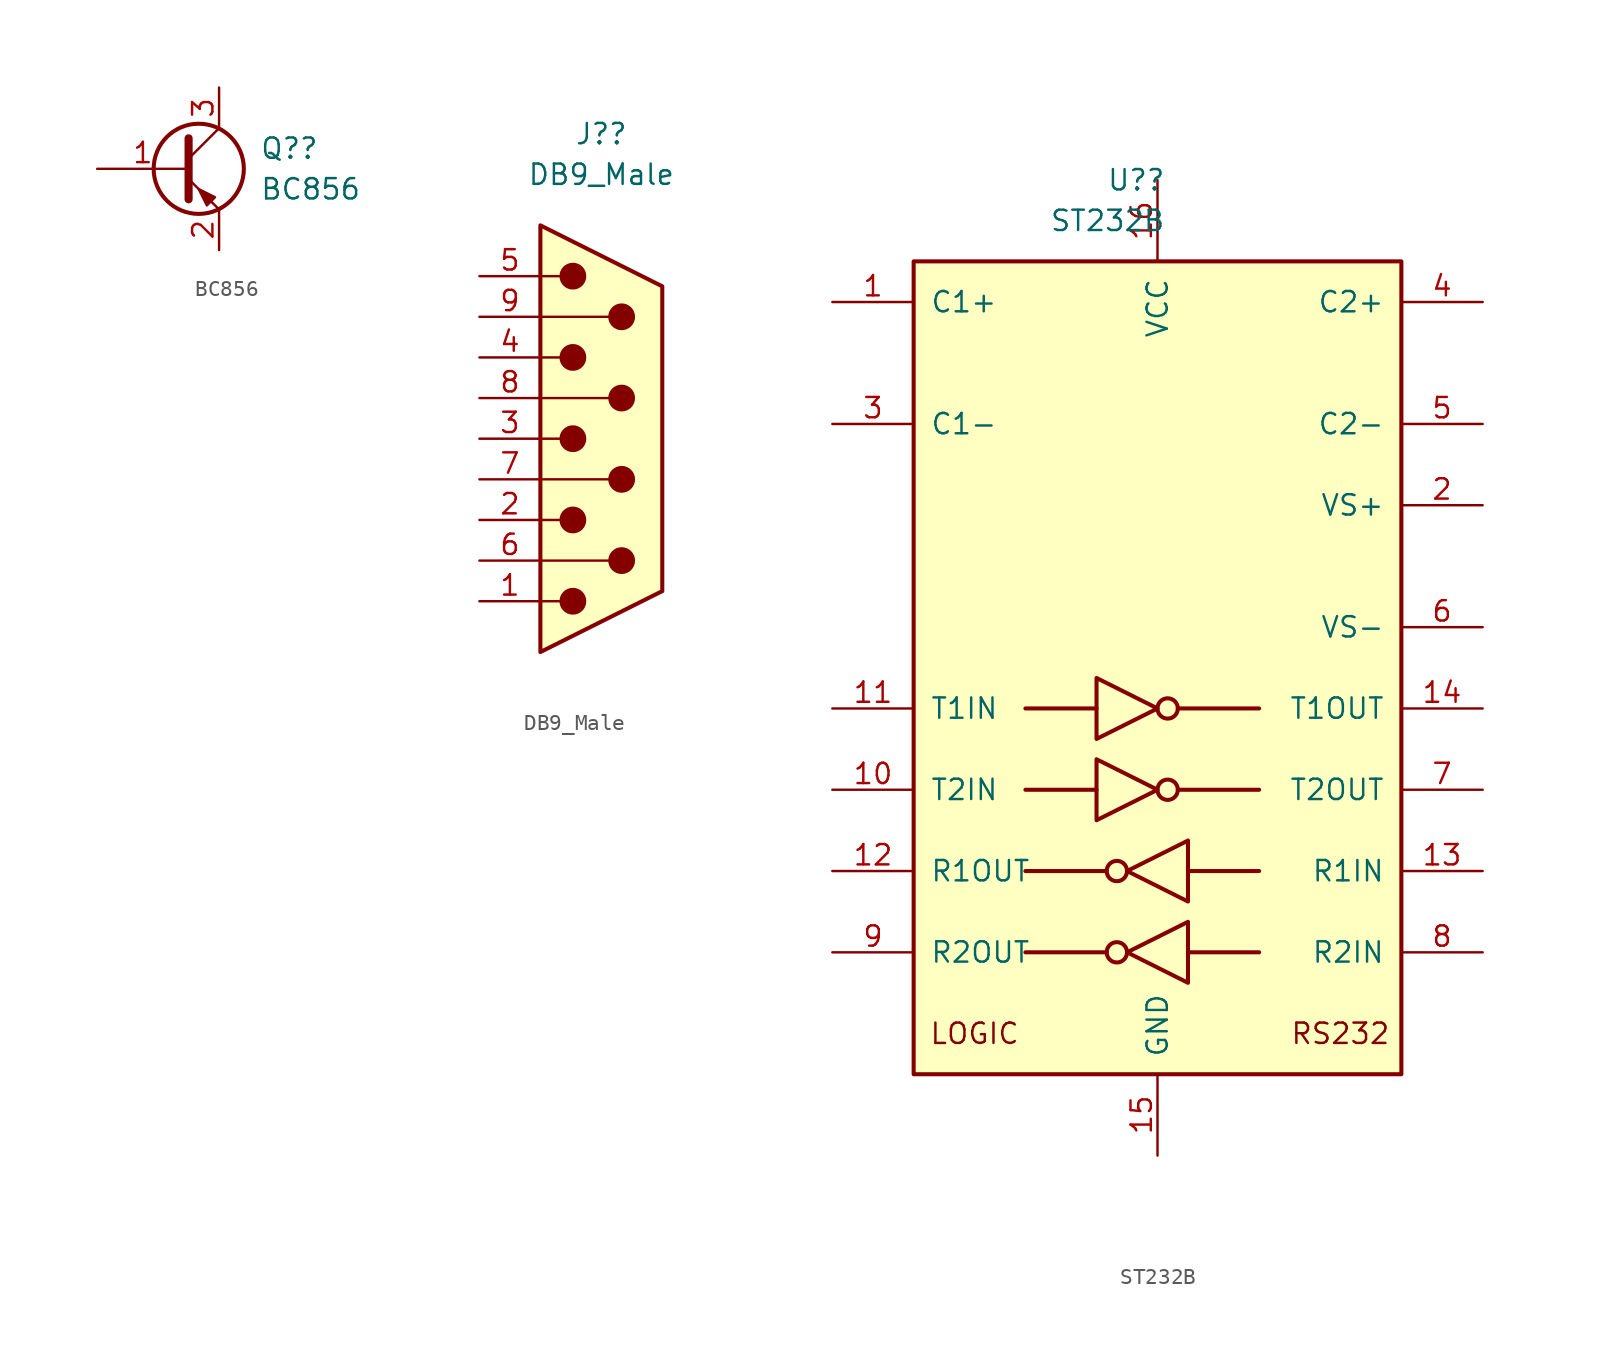
<source format=kicad_sym>
(kicad_symbol_lib
  (version 20211014)
  (generator kicad_symbol_editor)
  (symbol "BC856"
    (pin_names
      (offset 0) hide)
    (property "Reference" "Q?"
      (at 5.08 1.27 0)
      (effects (font (size 1.27 1.27)) (justify left)))
    (property "Value" "BC856"
      (at 5.08 -1.27 0)
      (effects (font (size 1.27 1.27)) (justify left)))
    (symbol "BC856_0_1"
      (polyline (pts (xy 0.635 0.635) (xy 2.54 2.54)) (stroke (width 0) (type default) (color 0 0 0 0)) (fill (type none)))
      (polyline (pts (xy 0.635 -0.635) (xy 2.54 -2.54) (xy 2.54 -2.54)) (stroke (width 0) (type default) (color 0 0 0 0)) (fill (type none)))
      (polyline (pts (xy 0.635 1.905) (xy 0.635 -1.905) (xy 0.635 -1.905)) (stroke (width 0.508) (type default) (color 0 0 0 0)) (fill (type none)))
      (polyline (pts (xy 2.286 -1.778) (xy 1.778 -2.286) (xy 1.27 -1.27) (xy 2.286 -1.778) (xy 2.286 -1.778)) (stroke (width 0) (type default) (color 0 0 0 0)) (fill (type outline)))
      (circle (center 1.27 0) (radius 2.819) (stroke (width 0.254) (type default) (color 0 0 0 0)) (fill (type none))))
    (symbol "BC856_1_1"
      (pin input line (at -5.08 0 0) (length 5.715) (name "B" (effects (font (size 1.27 1.27)))) (number "1" (effects (font (size 1.27 1.27)))))
      (pin passive line (at 2.54 -5.08 90) (length 2.54) (name "E" (effects (font (size 1.27 1.27)))) (number "2" (effects (font (size 1.27 1.27)))))
      (pin passive line (at 2.54 5.08 270) (length 2.54) (name "C" (effects (font (size 1.27 1.27)))) (number "3" (effects (font (size 1.27 1.27)))))))
  (symbol "DB9_Male"
    (pin_names
      (offset 1.016) hide)
    (property "Reference" "J?"
      (at 0 19.05 0)
      (effects (font (size 1.27 1.27))))
    (property "Value" "DB9_Male"
      (at 0 16.51 0)
      (effects (font (size 1.27 1.27))))
    (symbol "DB9_Male_0_1"
      (circle (center -1.778 -10.16) (radius 0.762) (stroke (width 0) (type default) (color 0 0 0 0)) (fill (type outline)))
      (circle (center -1.778 -5.08) (radius 0.762) (stroke (width 0) (type default) (color 0 0 0 0)) (fill (type outline)))
      (circle (center -1.778 0) (radius 0.762) (stroke (width 0) (type default) (color 0 0 0 0)) (fill (type outline)))
      (circle (center -1.778 5.08) (radius 0.762) (stroke (width 0) (type default) (color 0 0 0 0)) (fill (type outline)))
      (circle (center -1.778 10.16) (radius 0.762) (stroke (width 0) (type default) (color 0 0 0 0)) (fill (type outline)))
      (polyline (pts (xy -3.81 -10.16) (xy -2.54 -10.16)) (stroke (width 0) (type default) (color 0 0 0 0)) (fill (type none)))
      (polyline (pts (xy -3.81 -7.62) (xy 0.508 -7.62)) (stroke (width 0) (type default) (color 0 0 0 0)) (fill (type none)))
      (polyline (pts (xy -3.81 -5.08) (xy -2.54 -5.08)) (stroke (width 0) (type default) (color 0 0 0 0)) (fill (type none)))
      (polyline (pts (xy -3.81 -2.54) (xy 0.508 -2.54)) (stroke (width 0) (type default) (color 0 0 0 0)) (fill (type none)))
      (polyline (pts (xy -3.81 0) (xy -2.54 0)) (stroke (width 0) (type default) (color 0 0 0 0)) (fill (type none)))
      (polyline (pts (xy -3.81 2.54) (xy 0.508 2.54)) (stroke (width 0) (type default) (color 0 0 0 0)) (fill (type none)))
      (polyline (pts (xy -3.81 5.08) (xy -2.54 5.08)) (stroke (width 0) (type default) (color 0 0 0 0)) (fill (type none)))
      (polyline (pts (xy -3.81 7.62) (xy 0.508 7.62)) (stroke (width 0) (type default) (color 0 0 0 0)) (fill (type none)))
      (polyline (pts (xy -3.81 10.16) (xy -2.54 10.16)) (stroke (width 0) (type default) (color 0 0 0 0)) (fill (type none)))
      (polyline (pts (xy -3.81 -13.335) (xy -3.81 13.335) (xy 3.81 9.525) (xy 3.81 -9.525) (xy -3.81 -13.335)) (stroke (width 0.254) (type default) (color 0 0 0 0)) (fill (type background)))
      (circle (center 1.27 -7.62) (radius 0.762) (stroke (width 0) (type default) (color 0 0 0 0)) (fill (type outline)))
      (circle (center 1.27 -2.54) (radius 0.762) (stroke (width 0) (type default) (color 0 0 0 0)) (fill (type outline)))
      (circle (center 1.27 2.54) (radius 0.762) (stroke (width 0) (type default) (color 0 0 0 0)) (fill (type outline)))
      (circle (center 1.27 7.62) (radius 0.762) (stroke (width 0) (type default) (color 0 0 0 0)) (fill (type outline))))
    (symbol "DB9_Male_1_1"
      (pin passive line (at -7.62 -10.16 0) (length 3.81) (name "1" (effects (font (size 1.27 1.27)))) (number "1" (effects (font (size 1.27 1.27)))))
      (pin passive line (at -7.62 -5.08 0) (length 3.81) (name "2" (effects (font (size 1.27 1.27)))) (number "2" (effects (font (size 1.27 1.27)))))
      (pin passive line (at -7.62 0 0) (length 3.81) (name "3" (effects (font (size 1.27 1.27)))) (number "3" (effects (font (size 1.27 1.27)))))
      (pin passive line (at -7.62 5.08 0) (length 3.81) (name "4" (effects (font (size 1.27 1.27)))) (number "4" (effects (font (size 1.27 1.27)))))
      (pin passive line (at -7.62 10.16 0) (length 3.81) (name "5" (effects (font (size 1.27 1.27)))) (number "5" (effects (font (size 1.27 1.27)))))
      (pin passive line (at -7.62 -7.62 0) (length 3.81) (name "6" (effects (font (size 1.27 1.27)))) (number "6" (effects (font (size 1.27 1.27)))))
      (pin passive line (at -7.62 -2.54 0) (length 3.81) (name "7" (effects (font (size 1.27 1.27)))) (number "7" (effects (font (size 1.27 1.27)))))
      (pin passive line (at -7.62 2.54 0) (length 3.81) (name "8" (effects (font (size 1.27 1.27)))) (number "8" (effects (font (size 1.27 1.27)))))
      (pin passive line (at -7.62 7.62 0) (length 3.81) (name "9" (effects (font (size 1.27 1.27)))) (number "9" (effects (font (size 1.27 1.27)))))))
  (symbol "ST232B"
    (pin_names
      (offset 1.016))
    (property "Reference" "U?"
      (at 0.521 30.48 0)
      (effects (font (size 1.27 1.27)) (justify right)))
    (property "Value" "ST232B"
      (at 0.521 27.94 0)
      (effects (font (size 1.27 1.27)) (justify right)))
    (symbol "ST232B_0_0"
      (text "LOGIC" (at -11.43 -22.86 0) (effects (font (size 1.27 1.27))))
      (text "RS232" (at 11.43 -22.86 0) (effects (font (size 1.27 1.27)))))
    (symbol "ST232B_0_1"
      (rectangle (start -15.24 -25.4) (end 15.24 25.4) (stroke (width 0.254) (type default) (color 0 0 0 0)) (fill (type background)))
      (circle (center -2.54 -17.78) (radius 0.635) (stroke (width 0.254) (type default) (color 0 0 0 0)) (fill (type none)))
      (circle (center -2.54 -12.7) (radius 0.635) (stroke (width 0.254) (type default) (color 0 0 0 0)) (fill (type none)))
      (polyline (pts (xy -3.81 -7.62) (xy -8.255 -7.62)) (stroke (width 0.254) (type default) (color 0 0 0 0)) (fill (type none)))
      (polyline (pts (xy -3.81 -2.54) (xy -8.255 -2.54)) (stroke (width 0.254) (type default) (color 0 0 0 0)) (fill (type none)))
      (polyline (pts (xy -3.175 -17.78) (xy -8.255 -17.78)) (stroke (width 0.254) (type default) (color 0 0 0 0)) (fill (type none)))
      (polyline (pts (xy -3.175 -12.7) (xy -8.255 -12.7)) (stroke (width 0.254) (type default) (color 0 0 0 0)) (fill (type none)))
      (polyline (pts (xy 1.27 -7.62) (xy 6.35 -7.62)) (stroke (width 0.254) (type default) (color 0 0 0 0)) (fill (type none)))
      (polyline (pts (xy 1.27 -2.54) (xy 6.35 -2.54)) (stroke (width 0.254) (type default) (color 0 0 0 0)) (fill (type none)))
      (polyline (pts (xy 1.905 -17.78) (xy 6.35 -17.78)) (stroke (width 0.254) (type default) (color 0 0 0 0)) (fill (type none)))
      (polyline (pts (xy 1.905 -12.7) (xy 6.35 -12.7)) (stroke (width 0.254) (type default) (color 0 0 0 0)) (fill (type none)))
      (polyline (pts (xy -3.81 -5.715) (xy -3.81 -9.525) (xy 0 -7.62) (xy -3.81 -5.715)) (stroke (width 0.254) (type default) (color 0 0 0 0)) (fill (type none)))
      (polyline (pts (xy -3.81 -0.635) (xy -3.81 -4.445) (xy 0 -2.54) (xy -3.81 -0.635)) (stroke (width 0.254) (type default) (color 0 0 0 0)) (fill (type none)))
      (polyline (pts (xy 1.905 -15.875) (xy 1.905 -19.685) (xy -1.905 -17.78) (xy 1.905 -15.875)) (stroke (width 0.254) (type default) (color 0 0 0 0)) (fill (type none)))
      (polyline (pts (xy 1.905 -10.795) (xy 1.905 -14.605) (xy -1.905 -12.7) (xy 1.905 -10.795)) (stroke (width 0.254) (type default) (color 0 0 0 0)) (fill (type none)))
      (circle (center 0.635 -7.62) (radius 0.635) (stroke (width 0.254) (type default) (color 0 0 0 0)) (fill (type none)))
      (circle (center 0.635 -2.54) (radius 0.635) (stroke (width 0.254) (type default) (color 0 0 0 0)) (fill (type none))))
    (symbol "ST232B_1_1"
      (pin passive line (at -20.32 22.86 0) (length 5.08) (name "C1+" (effects (font (size 1.27 1.27)))) (number "1" (effects (font (size 1.27 1.27)))))
      (pin input line (at -20.32 -7.62 0) (length 5.08) (name "T2IN" (effects (font (size 1.27 1.27)))) (number "10" (effects (font (size 1.27 1.27)))))
      (pin input line (at -20.32 -2.54 0) (length 5.08) (name "T1IN" (effects (font (size 1.27 1.27)))) (number "11" (effects (font (size 1.27 1.27)))))
      (pin output line (at -20.32 -12.7 0) (length 5.08) (name "R1OUT" (effects (font (size 1.27 1.27)))) (number "12" (effects (font (size 1.27 1.27)))))
      (pin input line (at 20.32 -12.7 180) (length 5.08) (name "R1IN" (effects (font (size 1.27 1.27)))) (number "13" (effects (font (size 1.27 1.27)))))
      (pin output line (at 20.32 -2.54 180) (length 5.08) (name "T1OUT" (effects (font (size 1.27 1.27)))) (number "14" (effects (font (size 1.27 1.27)))))
      (pin power_in line (at 0 -30.48 90) (length 5.08) (name "GND" (effects (font (size 1.27 1.27)))) (number "15" (effects (font (size 1.27 1.27)))))
      (pin power_in line (at 0 30.48 270) (length 5.08) (name "VCC" (effects (font (size 1.27 1.27)))) (number "16" (effects (font (size 1.27 1.27)))))
      (pin power_out line (at 20.32 10.16 180) (length 5.08) (name "VS+" (effects (font (size 1.27 1.27)))) (number "2" (effects (font (size 1.27 1.27)))))
      (pin passive line (at -20.32 15.24 0) (length 5.08) (name "C1-" (effects (font (size 1.27 1.27)))) (number "3" (effects (font (size 1.27 1.27)))))
      (pin passive line (at 20.32 22.86 180) (length 5.08) (name "C2+" (effects (font (size 1.27 1.27)))) (number "4" (effects (font (size 1.27 1.27)))))
      (pin passive line (at 20.32 15.24 180) (length 5.08) (name "C2-" (effects (font (size 1.27 1.27)))) (number "5" (effects (font (size 1.27 1.27)))))
      (pin power_out line (at 20.32 2.54 180) (length 5.08) (name "VS-" (effects (font (size 1.27 1.27)))) (number "6" (effects (font (size 1.27 1.27)))))
      (pin output line (at 20.32 -7.62 180) (length 5.08) (name "T2OUT" (effects (font (size 1.27 1.27)))) (number "7" (effects (font (size 1.27 1.27)))))
      (pin input line (at 20.32 -17.78 180) (length 5.08) (name "R2IN" (effects (font (size 1.27 1.27)))) (number "8" (effects (font (size 1.27 1.27)))))
      (pin output line (at -20.32 -17.78 0) (length 5.08) (name "R2OUT" (effects (font (size 1.27 1.27)))) (number "9" (effects (font (size 1.27 1.27))))))))
</source>
